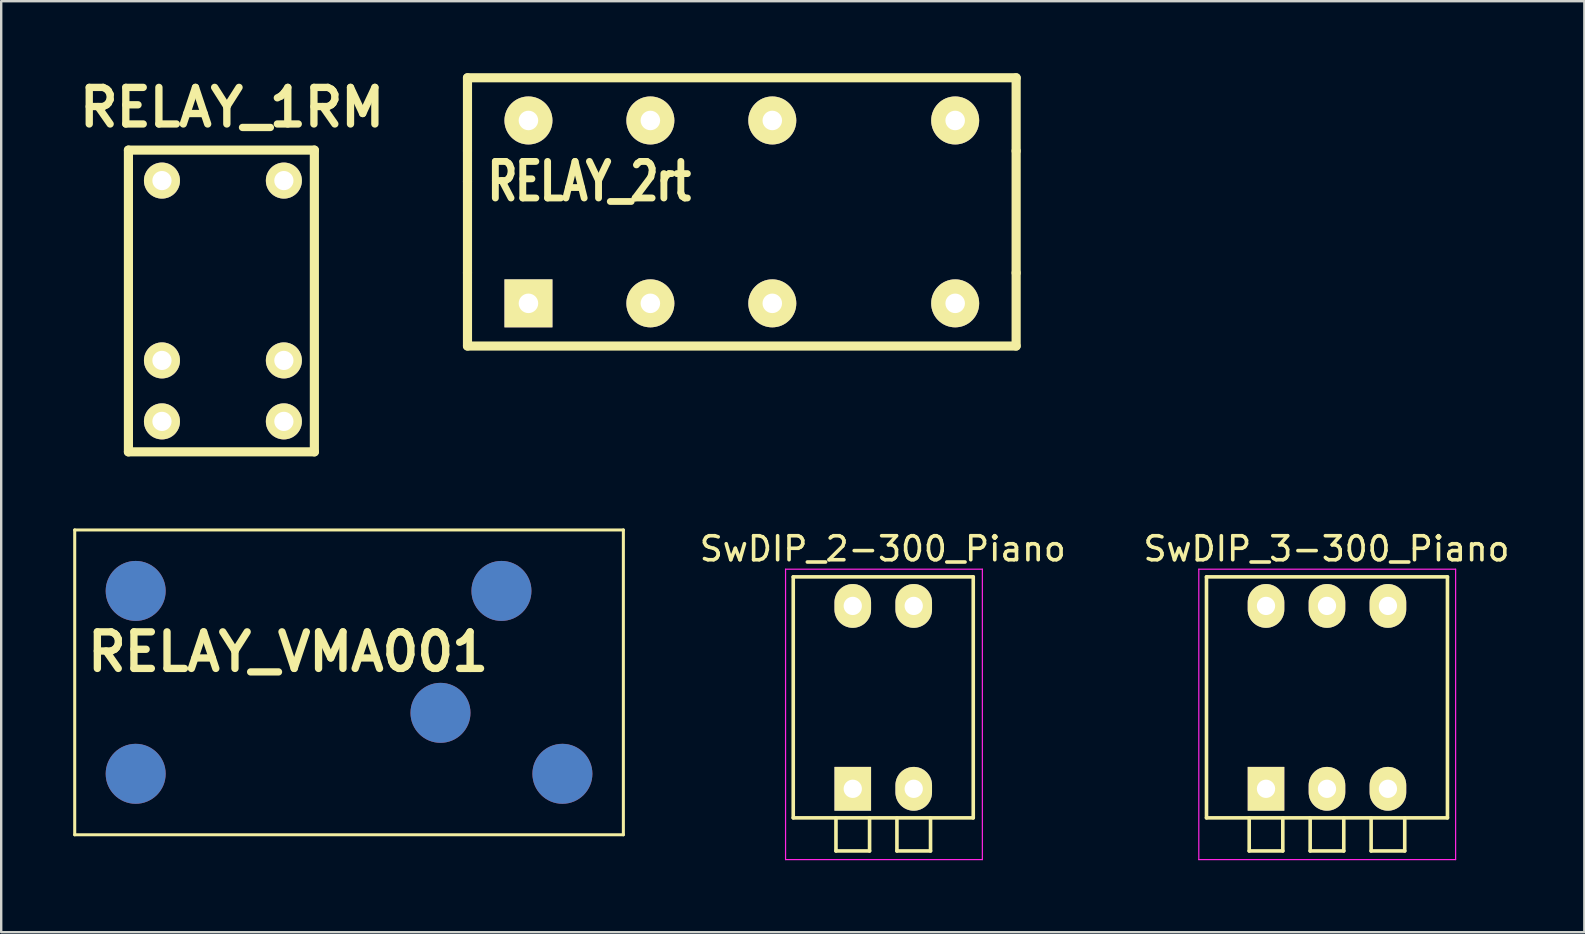
<source format=kicad_pcb>
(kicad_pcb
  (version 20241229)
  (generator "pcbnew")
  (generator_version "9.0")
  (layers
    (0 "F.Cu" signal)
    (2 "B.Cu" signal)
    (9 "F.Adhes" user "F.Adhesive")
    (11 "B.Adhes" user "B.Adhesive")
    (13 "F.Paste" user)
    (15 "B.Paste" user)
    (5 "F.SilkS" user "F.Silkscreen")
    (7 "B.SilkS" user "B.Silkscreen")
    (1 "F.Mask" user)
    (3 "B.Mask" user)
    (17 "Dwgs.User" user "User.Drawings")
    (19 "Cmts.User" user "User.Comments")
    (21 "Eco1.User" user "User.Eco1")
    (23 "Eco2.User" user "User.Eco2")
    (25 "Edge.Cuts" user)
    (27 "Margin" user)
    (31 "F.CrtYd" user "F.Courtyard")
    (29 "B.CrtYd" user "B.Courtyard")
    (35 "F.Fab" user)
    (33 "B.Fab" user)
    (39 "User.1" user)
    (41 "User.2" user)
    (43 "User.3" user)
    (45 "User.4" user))
  (footprint "SwDIP_3-300_Piano"
    (layer "F.Cu")
    (at 49.699 29.816)
    (property "Reference" "SwDIP_3-300_Piano" (at 2.52 -10 0) (layer "F.SilkS") (effects (font (size 1 1) (thickness 0.15))))
    (attr through_hole)
    (fp_line (start -2.48 -8.83) (end 7.56 -8.83) (stroke (width 0.15) (type solid)) (layer "F.SilkS"))
    (fp_line (start -2.48 1.21) (end -2.48 -8.83) (stroke (width 0.15) (type solid)) (layer "F.SilkS"))
    (fp_line (start -0.7 1.22) (end -0.7 2.59) (stroke (width 0.15) (type solid)) (layer "F.SilkS"))
    (fp_line (start -0.7 2.59) (end 0.7 2.59) (stroke (width 0.15) (type solid)) (layer "F.SilkS"))
    (fp_line (start 0.7 2.59) (end 0.7 1.22) (stroke (width 0.15) (type solid)) (layer "F.SilkS"))
    (fp_line (start 1.84 1.22) (end 1.84 2.59) (stroke (width 0.15) (type solid)) (layer "F.SilkS"))
    (fp_line (start 1.84 2.59) (end 3.24 2.59) (stroke (width 0.15) (type solid)) (layer "F.SilkS"))
    (fp_line (start 3.24 2.59) (end 3.24 1.22) (stroke (width 0.15) (type solid)) (layer "F.SilkS"))
    (fp_line (start 4.38 1.22) (end 4.38 2.59) (stroke (width 0.15) (type solid)) (layer "F.SilkS"))
    (fp_line (start 4.38 2.59) (end 5.78 2.59) (stroke (width 0.15) (type solid)) (layer "F.SilkS"))
    (fp_line (start 5.78 2.59) (end 5.78 1.22) (stroke (width 0.15) (type solid)) (layer "F.SilkS"))
    (fp_line (start 7.56 -8.83) (end 7.56 1.21) (stroke (width 0.15) (type solid)) (layer "F.SilkS"))
    (fp_line (start 7.56 1.21) (end -2.48 1.21) (stroke (width 0.15) (type solid)) (layer "F.SilkS"))
    (fp_line (start -2.8 -9.15) (end -2.8 2.95) (stroke (width 0.05) (type solid)) (layer "F.CrtYd"))
    (fp_line (start -2.8 2.95) (end 7.9 2.95) (stroke (width 0.05) (type solid)) (layer "F.CrtYd"))
    (fp_line (start 7.9 -9.15) (end -2.8 -9.15) (stroke (width 0.05) (type solid)) (layer "F.CrtYd"))
    (fp_line (start 7.9 2.95) (end 7.9 -9.15) (stroke (width 0.05) (type solid)) (layer "F.CrtYd"))
    (pad "1" thru_hole rect (at 0 0) (size 1.524 1.824) (drill 0.762) (layers "*.Cu" "*.Mask" "F.SilkS"))
    (pad "2" thru_hole oval (at 2.54 0) (size 1.524 1.824) (drill 0.762) (layers "*.Cu" "*.Mask" "F.SilkS"))
    (pad "3" thru_hole oval (at 5.08 0) (size 1.524 1.824) (drill 0.762) (layers "*.Cu" "*.Mask" "F.SilkS"))
    (pad "4" thru_hole oval (at 5.08 -7.62) (size 1.524 1.824) (drill 0.762) (layers "*.Cu" "*.Mask" "F.SilkS"))
    (pad "5" thru_hole oval (at 2.54 -7.62) (size 1.524 1.824) (drill 0.762) (layers "*.Cu" "*.Mask" "F.SilkS"))
    (pad "6" thru_hole oval (at 0 -7.62) (size 1.524 1.824) (drill 0.762) (layers "*.Cu" "*.Mask" "F.SilkS")))
  (footprint "SwDIP_2-300_Piano"
    (layer "F.Cu")
    (at 32.481 29.816)
    (property "Reference" "SwDIP_2-300_Piano" (at 1.25 -10 0) (layer "F.SilkS") (effects (font (size 1 1) (thickness 0.15))))
    (attr through_hole)
    (fp_line (start -2.48 -8.83) (end 5.02 -8.83) (stroke (width 0.15) (type solid)) (layer "F.SilkS"))
    (fp_line (start -2.48 1.21) (end -2.48 -8.83) (stroke (width 0.15) (type solid)) (layer "F.SilkS"))
    (fp_line (start -0.7 1.22) (end -0.7 2.59) (stroke (width 0.15) (type solid)) (layer "F.SilkS"))
    (fp_line (start -0.7 2.59) (end 0.7 2.59) (stroke (width 0.15) (type solid)) (layer "F.SilkS"))
    (fp_line (start 0.7 2.59) (end 0.7 1.22) (stroke (width 0.15) (type solid)) (layer "F.SilkS"))
    (fp_line (start 1.84 1.22) (end 1.84 2.59) (stroke (width 0.15) (type solid)) (layer "F.SilkS"))
    (fp_line (start 1.84 2.59) (end 3.24 2.59) (stroke (width 0.15) (type solid)) (layer "F.SilkS"))
    (fp_line (start 3.24 2.59) (end 3.24 1.22) (stroke (width 0.15) (type solid)) (layer "F.SilkS"))
    (fp_line (start 5.02 -8.83) (end 5.02 1.21) (stroke (width 0.15) (type solid)) (layer "F.SilkS"))
    (fp_line (start 5.02 1.21) (end -2.48 1.21) (stroke (width 0.15) (type solid)) (layer "F.SilkS"))
    (fp_line (start -2.8 -9.15) (end -2.8 2.95) (stroke (width 0.05) (type solid)) (layer "F.CrtYd"))
    (fp_line (start -2.8 2.95) (end 5.4 2.95) (stroke (width 0.05) (type solid)) (layer "F.CrtYd"))
    (fp_line (start 5.4 -9.15) (end -2.8 -9.15) (stroke (width 0.05) (type solid)) (layer "F.CrtYd"))
    (fp_line (start 5.4 2.95) (end 5.4 -9.15) (stroke (width 0.05) (type solid)) (layer "F.CrtYd"))
    (pad "1" thru_hole rect (at 0 0) (size 1.524 1.824) (drill 0.762) (layers "*.Cu" "*.Mask" "F.SilkS"))
    (pad "2" thru_hole oval (at 2.54 0) (size 1.524 1.824) (drill 0.762) (layers "*.Cu" "*.Mask" "F.SilkS"))
    (pad "3" thru_hole oval (at 2.54 -7.62) (size 1.524 1.824) (drill 0.762) (layers "*.Cu" "*.Mask" "F.SilkS"))
    (pad "4" thru_hole oval (at 0 -7.62) (size 1.524 1.824) (drill 0.762) (layers "*.Cu" "*.Mask" "F.SilkS")))
  (footprint "RELAY_VMA001"
    (layer "F.Cu")
    (at 11.493 25.381)
    (property "Reference" "RELAY_VMA001" (at -2.54 -1.27 0) (layer "F.SilkS") (effects (font (size 1.524 1.524) (thickness 0.305))))
    (attr through_hole)
    (fp_line (start -11.43 -6.35) (end -11.43 6.35) (stroke (width 0.127) (type solid)) (layer "F.SilkS"))
    (fp_line (start -11.43 6.35) (end 11.43 6.35) (stroke (width 0.127) (type solid)) (layer "F.SilkS"))
    (fp_line (start 11.43 -6.35) (end -11.43 -6.35) (stroke (width 0.127) (type solid)) (layer "F.SilkS"))
    (fp_line (start 11.43 6.35) (end 11.43 -6.35) (stroke (width 0.127) (type solid)) (layer "F.SilkS"))
    (pad "1" smd circle (at 8.89 3.81) (size 2.499 2.499) (layers "*.Cu" "*.Mask"))
    (pad "2" smd circle (at 3.81 1.27) (size 2.499 2.499) (layers "*.Cu" "*.Mask"))
    (pad "3" smd circle (at 6.35 -3.81) (size 2.499 2.499) (layers "*.Cu" "*.Mask"))
    (pad "4" smd circle (at -8.89 3.81) (size 2.499 2.499) (layers "*.Cu" "*.Mask"))
    (pad "5" smd circle (at -8.89 -3.81) (size 2.499 2.499) (layers "*.Cu" "*.Mask")))
  (footprint "RELAY_1RM"
    (layer "F.Cu")
    (at 6.238 9.427)
    (property "Reference" "RELAY_1RM" (at 0.381 -8.001 0) (layer "F.SilkS") (effects (font (size 1.524 1.524) (thickness 0.305))))
    (attr through_hole)
    (fp_line (start -3.937 -6.223) (end -3.937 6.35) (stroke (width 0.381) (type solid)) (layer "F.SilkS"))
    (fp_line (start -3.937 6.35) (end 3.81 6.35) (stroke (width 0.381) (type solid)) (layer "F.SilkS"))
    (fp_line (start 3.81 -6.223) (end -3.937 -6.223) (stroke (width 0.381) (type solid)) (layer "F.SilkS"))
    (fp_line (start 3.81 6.35) (end 3.81 -6.223) (stroke (width 0.381) (type solid)) (layer "F.SilkS"))
    (pad "B1" thru_hole circle (at -2.54 2.54) (size 1.501 1.501) (drill 0.8) (layers "*.Cu" "*.Mask" "F.SilkS"))
    (pad "B2" thru_hole circle (at 2.54 2.54) (size 1.501 1.501) (drill 0.8) (layers "*.Cu" "*.Mask" "F.SilkS"))
    (pad "C" thru_hole circle (at -2.54 -4.953) (size 1.501 1.501) (drill 0.8) (layers "*.Cu" "*.Mask" "F.SilkS"))
    (pad "C1" thru_hole circle (at 2.54 -4.953) (size 1.501 1.501) (drill 0.8) (layers "*.Cu" "*.Mask" "F.SilkS"))
    (pad "NA" thru_hole circle (at -2.54 5.08) (size 1.501 1.501) (drill 0.8) (layers "*.Cu" "*.Mask" "F.SilkS"))
    (pad "NF" thru_hole circle (at 2.54 5.08) (size 1.501 1.501) (drill 0.8) (layers "*.Cu" "*.Mask" "F.SilkS")))
  (footprint "RELAY_2rt"
    (layer "F.Cu")
    (at 27.858 5.779)
    (property "Reference" "RELAY_2rt" (at -6.35 -1.27 0) (layer "F.SilkS") (effects (font (size 1.524 1.143) (thickness 0.287))))
    (attr through_hole)
    (fp_line (start -11.43 -5.588) (end -11.43 -2.54) (stroke (width 0.381) (type solid)) (layer "F.SilkS"))
    (fp_line (start -11.43 -1.27) (end -11.43 -1.27) (stroke (width 0.381) (type solid)) (layer "F.SilkS"))
    (fp_line (start -11.43 2.54) (end -11.43 -2.54) (stroke (width 0.381) (type solid)) (layer "F.SilkS"))
    (fp_line (start -11.43 2.54) (end -11.43 5.588) (stroke (width 0.381) (type solid)) (layer "F.SilkS"))
    (fp_line (start -11.43 5.588) (end 11.43 5.588) (stroke (width 0.381) (type solid)) (layer "F.SilkS"))
    (fp_line (start 11.43 -5.588) (end -11.43 -5.588) (stroke (width 0.381) (type solid)) (layer "F.SilkS"))
    (fp_line (start 11.43 -2.54) (end 11.43 -5.588) (stroke (width 0.381) (type solid)) (layer "F.SilkS"))
    (fp_line (start 11.43 -2.54) (end 11.43 2.54) (stroke (width 0.381) (type solid)) (layer "F.SilkS"))
    (fp_line (start 11.43 5.588) (end 11.43 2.54) (stroke (width 0.381) (type solid)) (layer "F.SilkS"))
    (pad "1" thru_hole rect (at -8.89 3.81) (size 1.999 1.999) (drill 0.813) (layers "*.Cu" "*.Mask" "F.SilkS"))
    (pad "3" thru_hole circle (at -3.81 3.81) (size 1.999 1.999) (drill 0.813) (layers "*.Cu" "*.Mask" "F.SilkS"))
    (pad "5" thru_hole circle (at 1.27 3.81) (size 1.999 1.999) (drill 0.813) (layers "*.Cu" "*.Mask" "F.SilkS"))
    (pad "8" thru_hole circle (at 8.89 3.81) (size 1.999 1.999) (drill 0.813) (layers "*.Cu" "*.Mask" "F.SilkS"))
    (pad "9" thru_hole circle (at 8.89 -3.81) (size 1.999 1.999) (drill 0.813) (layers "*.Cu" "*.Mask" "F.SilkS"))
    (pad "12" thru_hole circle (at 1.27 -3.81) (size 1.999 1.999) (drill 0.813) (layers "*.Cu" "*.Mask" "F.SilkS"))
    (pad "14" thru_hole circle (at -3.81 -3.81) (size 1.999 1.999) (drill 0.813) (layers "*.Cu" "*.Mask" "F.SilkS"))
    (pad "16" thru_hole circle (at -8.89 -3.81) (size 1.999 1.999) (drill 0.813) (layers "*.Cu" "*.Mask" "F.SilkS")))
  (gr_rect
    (start -3 -3)
    (end 62.963 35.791)
    (stroke (width 0.1) (type default))
    (fill no)
    (layer "Edge.Cuts")))
</source>
